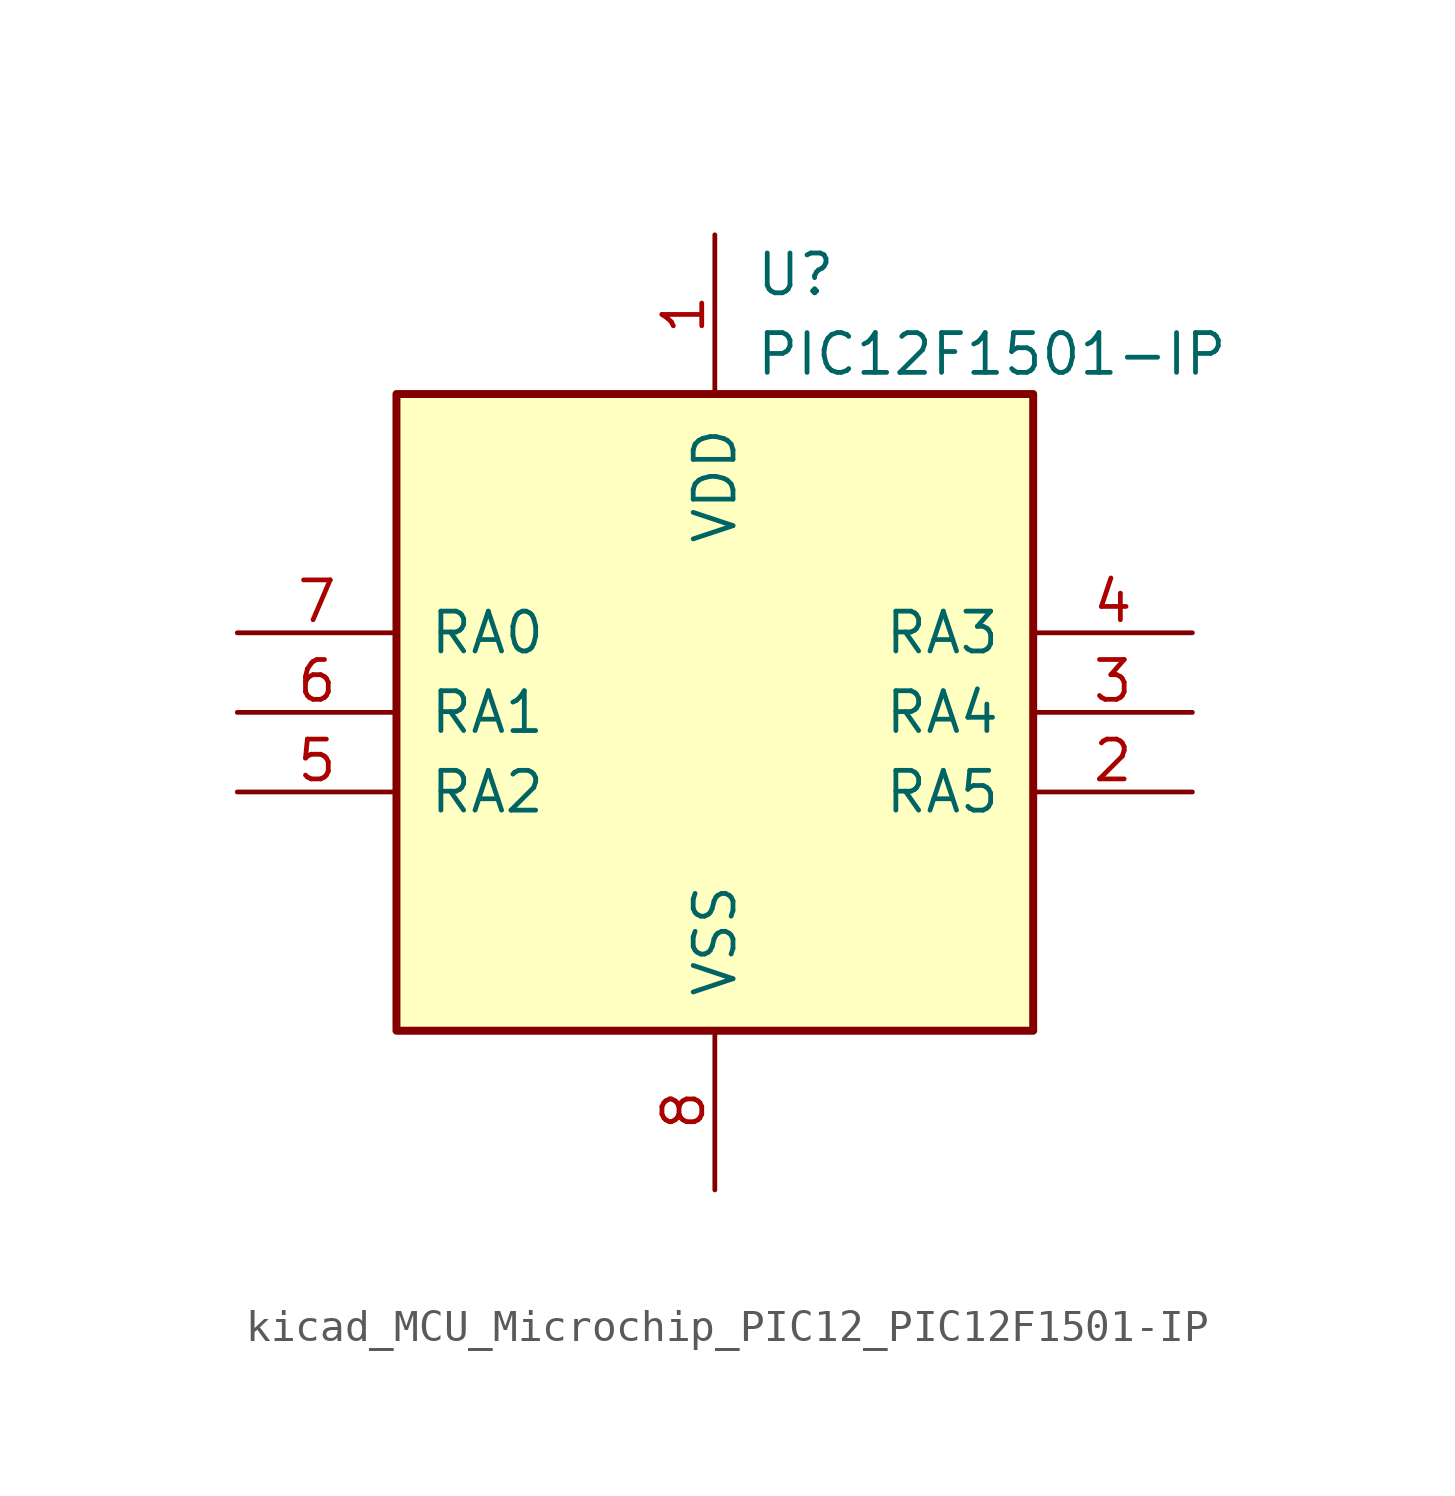
<source format=kicad_sym>
(kicad_symbol_lib
  (version 20220914)
  (generator kicad_symbol_editor)
  (symbol "kicad_MCU_Microchip_PIC12_PIC12F1501-IP"
    (pin_names
      (offset 1.016))
    (property "Reference" "U"
      (at 1.27 13.97 0)
      (effects (font (size 1.27 1.27)) (justify left)))
    (property "Value" "PIC12F1501-IP"
      (at 1.27 11.43 0)
      (effects (font (size 1.27 1.27)) (justify left)))
    (symbol "kicad_MCU_Microchip_PIC12_PIC12F1501-IP_0_1"
      (rectangle (start 10.16 -10.16) (end -10.16 10.16) (stroke (width 0.254) (type default)) (fill (type background))))
    (symbol "kicad_MCU_Microchip_PIC12_PIC12F1501-IP_1_1"
      (pin power_in line (at 0 15.24 270) (length 5.08) (name "VDD" (effects (font (size 1.27 1.27)))) (number "1" (effects (font (size 1.27 1.27)))))
      (pin bidirectional line (at 15.24 -2.54 180) (length 5.08) (name "RA5" (effects (font (size 1.27 1.27)))) (number "2" (effects (font (size 1.27 1.27)))))
      (pin bidirectional line (at 15.24 0 180) (length 5.08) (name "RA4" (effects (font (size 1.27 1.27)))) (number "3" (effects (font (size 1.27 1.27)))))
      (pin input line (at 15.24 2.54 180) (length 5.08) (name "RA3" (effects (font (size 1.27 1.27)))) (number "4" (effects (font (size 1.27 1.27)))))
      (pin bidirectional line (at -15.24 -2.54 0) (length 5.08) (name "RA2" (effects (font (size 1.27 1.27)))) (number "5" (effects (font (size 1.27 1.27)))))
      (pin bidirectional line (at -15.24 0 0) (length 5.08) (name "RA1" (effects (font (size 1.27 1.27)))) (number "6" (effects (font (size 1.27 1.27)))))
      (pin bidirectional line (at -15.24 2.54 0) (length 5.08) (name "RA0" (effects (font (size 1.27 1.27)))) (number "7" (effects (font (size 1.27 1.27)))))
      (pin power_in line (at 0 -15.24 90) (length 5.08) (name "VSS" (effects (font (size 1.27 1.27)))) (number "8" (effects (font (size 1.27 1.27))))))))
</source>
